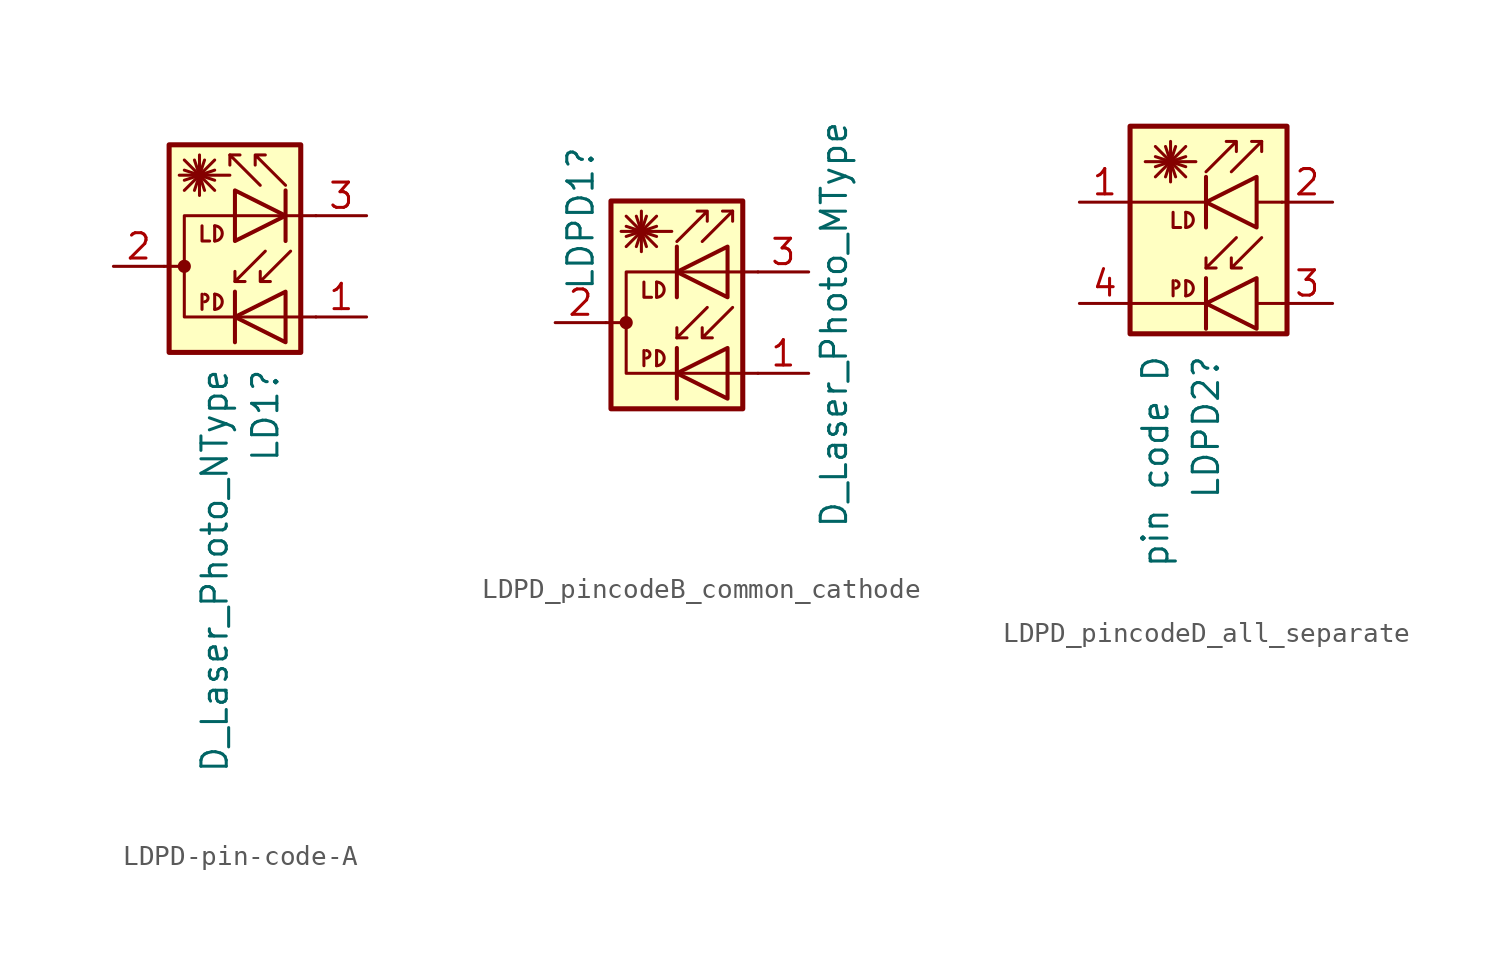
<source format=kicad_sym>
(kicad_symbol_lib
  (version 20241209)
  (generator "kicad_symbol_editor")
  (generator_version "9.0")
  (symbol "LDPD-pin-code-A"
    (pin_names
      (hide yes))
    (property "Reference" "LD1"
      (at 2.54 -5.08 90)
      (effects (font (size 1.27 1.27)) (justify right)))
    (property "Value" "D_Laser_Photo_NType"
      (at 0 -5.08 90)
      (effects (font (size 1.27 1.27)) (justify right)))
    (symbol "LDPD-pin-code-A_0_1"
      (polyline (pts (xy -2.54 0) (xy -1.524 0)) (stroke (width 0) (type default)) (fill (type none)))
      (rectangle (start -2.286 6.096) (end 4.318 -4.318) (stroke (width 0.254) (type default)) (fill (type background)))
      (polyline (pts (xy -1.524 5.334) (xy 0 3.81)) (stroke (width 0) (type default)) (fill (type none)))
      (polyline (pts (xy -1.524 4.826) (xy 0 4.318)) (stroke (width 0) (type default)) (fill (type none)))
      (polyline (pts (xy -1.524 4.318) (xy 0 4.826)) (stroke (width 0) (type default)) (fill (type none)))
      (polyline (pts (xy -1.524 3.81) (xy 0 5.334)) (stroke (width 0) (type default)) (fill (type none)))
      (circle (center -1.524 0) (radius 0.254) (stroke (width 0) (type default)) (fill (type outline)))
      (polyline (pts (xy -1.016 5.334) (xy -0.508 3.81)) (stroke (width 0) (type default)) (fill (type none)))
      (polyline (pts (xy -0.762 4.572) (xy -0.762 5.588)) (stroke (width 0) (type default)) (fill (type none)))
      (polyline (pts (xy -0.762 4.572) (xy -0.762 3.556)) (stroke (width 0) (type default)) (fill (type none)))
      (polyline (pts (xy -0.635 2.032) (xy -0.635 1.27) (xy -0.254 1.27)) (stroke (width 0) (type default)) (fill (type none)))
      (polyline (pts (xy -0.635 -1.397) (xy -0.635 -2.159)) (stroke (width 0) (type default)) (fill (type none)))
      (arc (start -0.508 -1.397) (mid -0.3298 -1.5875) (end -0.508 -1.778) (stroke (width 0) (type default)) (fill (type none)))
      (polyline (pts (xy -0.508 5.334) (xy -1.016 3.81)) (stroke (width 0) (type default)) (fill (type none)))
      (arc (start 0 2.032) (mid 0.3794 1.651) (end 0 1.27) (stroke (width 0) (type default)) (fill (type none)))
      (arc (start 0 -1.397) (mid 0.3794 -1.778) (end 0 -2.159) (stroke (width 0) (type default)) (fill (type none)))
      (polyline (pts (xy 0 2.032) (xy 0 1.27)) (stroke (width 0) (type default)) (fill (type none)))
      (polyline (pts (xy 0 -1.397) (xy 0 -2.159)) (stroke (width 0) (type default)) (fill (type none)))
      (polyline (pts (xy 0.762 5.588) (xy 1.27 5.588)) (stroke (width 0) (type default)) (fill (type none)))
      (polyline (pts (xy 0.762 4.572) (xy -1.778 4.572)) (stroke (width 0) (type default)) (fill (type none)))
      (polyline (pts (xy 1.016 -0.762) (xy 1.524 -0.762)) (stroke (width 0) (type default)) (fill (type none)))
      (polyline (pts (xy 1.016 -1.27) (xy 1.016 -3.81)) (stroke (width 0.203) (type default)) (fill (type none)))
      (polyline (pts (xy 2.286 4.064) (xy 0.762 5.588) (xy 0.762 5.08)) (stroke (width 0) (type default)) (fill (type none)))
      (polyline (pts (xy 2.54 0.762) (xy 1.016 -0.762) (xy 1.016 -0.254)) (stroke (width 0) (type default)) (fill (type none)))
      (polyline (pts (xy 3.556 4.064) (xy 2.032 5.588) (xy 2.032 5.08) (xy 2.032 5.588) (xy 2.54 5.588)) (stroke (width 0) (type default)) (fill (type none)))
      (polyline (pts (xy 3.556 3.81) (xy 3.556 1.27)) (stroke (width 0.203) (type default)) (fill (type none)))
      (polyline (pts (xy 3.556 -1.27) (xy 3.556 -3.81) (xy 1.016 -2.54) (xy 3.556 -1.27)) (stroke (width 0.203) (type default)) (fill (type none)))
      (polyline (pts (xy 3.81 0.762) (xy 2.286 -0.762) (xy 2.286 -0.254) (xy 2.286 -0.762) (xy 2.794 -0.762)) (stroke (width 0) (type default)) (fill (type none)))
      (polyline (pts (xy 5.08 2.54) (xy -1.524 2.54) (xy -1.524 -2.54) (xy 5.08 -2.54)) (stroke (width 0) (type default)) (fill (type none))))
    (symbol "LDPD-pin-code-A_1_1"
      (polyline (pts (xy 1.016 3.81) (xy 1.016 1.27) (xy 3.556 2.54) (xy 1.016 3.81)) (stroke (width 0.203) (type default)) (fill (type none)))
      (pin passive line (at -5.08 0 0) (length 2.54) (name "~" (effects (font (size 1.27 1.27)))) (number "2" (effects (font (size 1.27 1.27)))))
      (pin passive line (at 7.62 2.54 180) (length 2.54) (name "~" (effects (font (size 1.27 1.27)))) (number "3" (effects (font (size 1.27 1.27)))))
      (pin passive line (at 7.62 -2.54 180) (length 2.54) (name "~" (effects (font (size 1.27 1.27)))) (number "1" (effects (font (size 1.27 1.27)))))))
  (symbol "LDPD_pincodeB_common_cathode"
    (pin_names
      (hide yes))
    (property "Reference" "LDPD1"
      (at -3.81 8.89 90)
      (effects (font (size 1.27 1.27)) (justify right)))
    (property "Value" "D_Laser_Photo_MType"
      (at 8.89 10.16 90)
      (effects (font (size 1.27 1.27)) (justify right)))
    (symbol "LDPD_pincodeB_common_cathode_0_1"
      (polyline (pts (xy -2.54 0) (xy -1.524 0)) (stroke (width 0) (type default)) (fill (type none)))
      (polyline (pts (xy -1.524 5.334) (xy 0 3.81)) (stroke (width 0) (type default)) (fill (type none)))
      (polyline (pts (xy -1.524 4.826) (xy 0 4.318)) (stroke (width 0) (type default)) (fill (type none)))
      (polyline (pts (xy -1.524 4.318) (xy 0 4.826)) (stroke (width 0) (type default)) (fill (type none)))
      (polyline (pts (xy -1.524 3.81) (xy 0 5.334)) (stroke (width 0) (type default)) (fill (type none)))
      (circle (center -1.524 0) (radius 0.254) (stroke (width 0) (type default)) (fill (type outline)))
      (polyline (pts (xy -1.016 5.334) (xy -0.508 3.81)) (stroke (width 0) (type default)) (fill (type none)))
      (polyline (pts (xy -0.762 4.572) (xy -0.762 5.588)) (stroke (width 0) (type default)) (fill (type none)))
      (polyline (pts (xy -0.762 4.572) (xy -0.762 3.556)) (stroke (width 0) (type default)) (fill (type none)))
      (polyline (pts (xy -0.635 2.032) (xy -0.635 1.27) (xy -0.254 1.27)) (stroke (width 0) (type default)) (fill (type none)))
      (polyline (pts (xy -0.635 -1.397) (xy -0.635 -2.159)) (stroke (width 0) (type default)) (fill (type none)))
      (arc (start -0.508 -1.397) (mid -0.3298 -1.5875) (end -0.508 -1.778) (stroke (width 0) (type default)) (fill (type none)))
      (polyline (pts (xy -0.508 5.334) (xy -1.016 3.81)) (stroke (width 0) (type default)) (fill (type none)))
      (arc (start 0 2.032) (mid 0.3794 1.651) (end 0 1.27) (stroke (width 0) (type default)) (fill (type none)))
      (arc (start 0 -1.397) (mid 0.3794 -1.778) (end 0 -2.159) (stroke (width 0) (type default)) (fill (type none)))
      (polyline (pts (xy 0 2.032) (xy 0 1.27)) (stroke (width 0) (type default)) (fill (type none)))
      (polyline (pts (xy 0 -1.397) (xy 0 -2.159)) (stroke (width 0) (type default)) (fill (type none)))
      (polyline (pts (xy 0.762 4.572) (xy -1.778 4.572)) (stroke (width 0) (type default)) (fill (type none)))
      (polyline (pts (xy 1.016 4.064) (xy 2.54 5.588) (xy 2.54 5.08) (xy 2.54 5.588) (xy 2.032 5.588)) (stroke (width 0) (type default)) (fill (type none)))
      (polyline (pts (xy 1.016 3.81) (xy 1.016 1.27)) (stroke (width 0.203) (type default)) (fill (type none)))
      (polyline (pts (xy 1.016 -0.762) (xy 1.524 -0.762)) (stroke (width 0) (type default)) (fill (type none)))
      (polyline (pts (xy 1.016 -1.27) (xy 1.016 -3.81)) (stroke (width 0.203) (type default)) (fill (type none)))
      (polyline (pts (xy 2.286 4.064) (xy 3.81 5.588) (xy 3.81 5.08)) (stroke (width 0) (type default)) (fill (type none)))
      (polyline (pts (xy 2.54 0.762) (xy 1.016 -0.762) (xy 1.016 -0.254)) (stroke (width 0) (type default)) (fill (type none)))
      (polyline (pts (xy 3.556 3.81) (xy 3.556 1.27) (xy 1.016 2.54) (xy 3.556 3.81)) (stroke (width 0.203) (type default)) (fill (type none)))
      (polyline (pts (xy 3.556 -1.27) (xy 3.556 -3.81) (xy 1.016 -2.54) (xy 3.556 -1.27)) (stroke (width 0.203) (type default)) (fill (type none)))
      (polyline (pts (xy 3.81 5.588) (xy 3.302 5.588)) (stroke (width 0) (type default)) (fill (type none)))
      (polyline (pts (xy 3.81 0.762) (xy 2.286 -0.762) (xy 2.286 -0.254) (xy 2.286 -0.762) (xy 2.794 -0.762)) (stroke (width 0) (type default)) (fill (type none)))
      (rectangle (start 4.318 6.096) (end -2.286 -4.318) (stroke (width 0.254) (type default)) (fill (type background)))
      (polyline (pts (xy 5.08 2.54) (xy -1.524 2.54) (xy -1.524 -2.54) (xy 5.08 -2.54)) (stroke (width 0) (type default)) (fill (type none))))
    (symbol "LDPD_pincodeB_common_cathode_1_1"
      (pin passive line (at -5.08 0 0) (length 2.54) (name "~" (effects (font (size 1.27 1.27)))) (number "2" (effects (font (size 1.27 1.27)))))
      (pin passive line (at 7.62 2.54 180) (length 2.54) (name "~" (effects (font (size 1.27 1.27)))) (number "3" (effects (font (size 1.27 1.27)))))
      (pin passive line (at 7.62 -2.54 180) (length 2.54) (name "~" (effects (font (size 1.27 1.27)))) (number "1" (effects (font (size 1.27 1.27)))))))
  (symbol "LDPD_pincodeD_all_separate"
    (pin_names
      (hide yes))
    (property "Reference" "LDPD2"
      (at 1.27 -5.08 90)
      (effects (font (size 1.27 1.27)) (justify right)))
    (property "Value" "pin code D"
      (at -1.27 -5.08 90)
      (effects (font (size 1.27 1.27)) (justify right)))
    (symbol "LDPD_pincodeD_all_separate_0_1"
      (rectangle (start -2.54 6.35) (end 5.334 -4.064) (stroke (width 0.254) (type default)) (fill (type background)))
      (polyline (pts (xy -2.54 2.54) (xy 1.27 2.54)) (stroke (width 0) (type default)) (fill (type none)))
      (polyline (pts (xy -1.27 5.334) (xy 0.254 3.81)) (stroke (width 0) (type default)) (fill (type none)))
      (polyline (pts (xy -1.27 4.826) (xy 0.254 4.318)) (stroke (width 0) (type default)) (fill (type none)))
      (polyline (pts (xy -1.27 4.318) (xy 0.254 4.826)) (stroke (width 0) (type default)) (fill (type none)))
      (polyline (pts (xy -1.27 3.81) (xy 0.254 5.334)) (stroke (width 0) (type default)) (fill (type none)))
      (polyline (pts (xy -0.762 5.334) (xy -0.254 3.81)) (stroke (width 0) (type default)) (fill (type none)))
      (polyline (pts (xy -0.508 4.572) (xy -0.508 5.588)) (stroke (width 0) (type default)) (fill (type none)))
      (polyline (pts (xy -0.508 4.572) (xy -0.508 3.556)) (stroke (width 0) (type default)) (fill (type none)))
      (polyline (pts (xy -0.381 2.032) (xy -0.381 1.27) (xy 0 1.27)) (stroke (width 0) (type default)) (fill (type none)))
      (polyline (pts (xy -0.381 -1.397) (xy -0.381 -2.159)) (stroke (width 0) (type default)) (fill (type none)))
      (arc (start -0.254 -1.397) (mid -0.0758 -1.5875) (end -0.254 -1.778) (stroke (width 0) (type default)) (fill (type none)))
      (polyline (pts (xy -0.254 5.334) (xy -0.762 3.81)) (stroke (width 0) (type default)) (fill (type none)))
      (arc (start 0.254 2.032) (mid 0.6334 1.651) (end 0.254 1.27) (stroke (width 0) (type default)) (fill (type none)))
      (arc (start 0.254 -1.397) (mid 0.6334 -1.778) (end 0.254 -2.159) (stroke (width 0) (type default)) (fill (type none)))
      (polyline (pts (xy 0.254 2.032) (xy 0.254 1.27)) (stroke (width 0) (type default)) (fill (type none)))
      (polyline (pts (xy 0.254 -1.397) (xy 0.254 -2.159)) (stroke (width 0) (type default)) (fill (type none)))
      (polyline (pts (xy 0.762 4.572) (xy -1.778 4.572)) (stroke (width 0) (type default)) (fill (type none)))
      (polyline (pts (xy 1.27 4.064) (xy 2.794 5.588) (xy 2.794 5.08) (xy 2.794 5.588) (xy 2.286 5.588)) (stroke (width 0) (type default)) (fill (type none)))
      (polyline (pts (xy 1.27 3.81) (xy 1.27 1.27)) (stroke (width 0.203) (type default)) (fill (type none)))
      (polyline (pts (xy 1.27 -0.762) (xy 1.778 -0.762)) (stroke (width 0) (type default)) (fill (type none)))
      (polyline (pts (xy 1.27 -1.27) (xy 1.27 -3.81)) (stroke (width 0.203) (type default)) (fill (type none)))
      (polyline (pts (xy 1.27 -2.54) (xy -2.54 -2.54)) (stroke (width 0) (type default)) (fill (type none)))
      (polyline (pts (xy 2.54 4.064) (xy 4.064 5.588) (xy 4.064 5.08)) (stroke (width 0) (type default)) (fill (type none)))
      (polyline (pts (xy 2.794 0.762) (xy 1.27 -0.762) (xy 1.27 -0.254)) (stroke (width 0) (type default)) (fill (type none)))
      (polyline (pts (xy 3.81 3.81) (xy 3.81 1.27) (xy 1.27 2.54) (xy 3.81 3.81)) (stroke (width 0.203) (type default)) (fill (type none)))
      (polyline (pts (xy 3.81 2.54) (xy 5.08 2.54)) (stroke (width 0) (type default)) (fill (type none)))
      (polyline (pts (xy 3.81 -1.27) (xy 3.81 -3.81) (xy 1.27 -2.54) (xy 3.81 -1.27)) (stroke (width 0.203) (type default)) (fill (type none)))
      (polyline (pts (xy 4.064 5.588) (xy 3.556 5.588)) (stroke (width 0) (type default)) (fill (type none)))
      (polyline (pts (xy 4.064 0.762) (xy 2.54 -0.762) (xy 2.54 -0.254) (xy 2.54 -0.762) (xy 3.048 -0.762)) (stroke (width 0) (type default)) (fill (type none)))
      (polyline (pts (xy 5.08 -2.54) (xy 3.81 -2.54)) (stroke (width 0) (type default)) (fill (type none))))
    (symbol "LDPD_pincodeD_all_separate_1_1"
      (pin passive line (at -5.08 2.54 0) (length 2.54) (name "~" (effects (font (size 1.27 1.27)))) (number "1" (effects (font (size 1.27 1.27)))))
      (pin passive line (at -5.08 -2.54 0) (length 2.54) (name "~" (effects (font (size 1.27 1.27)))) (number "4" (effects (font (size 1.27 1.27)))))
      (pin passive line (at 7.62 2.54 180) (length 2.54) (name "~" (effects (font (size 1.27 1.27)))) (number "2" (effects (font (size 1.27 1.27)))))
      (pin passive line (at 7.62 -2.54 180) (length 2.54) (name "~" (effects (font (size 1.27 1.27)))) (number "3" (effects (font (size 1.27 1.27))))))))
</source>
